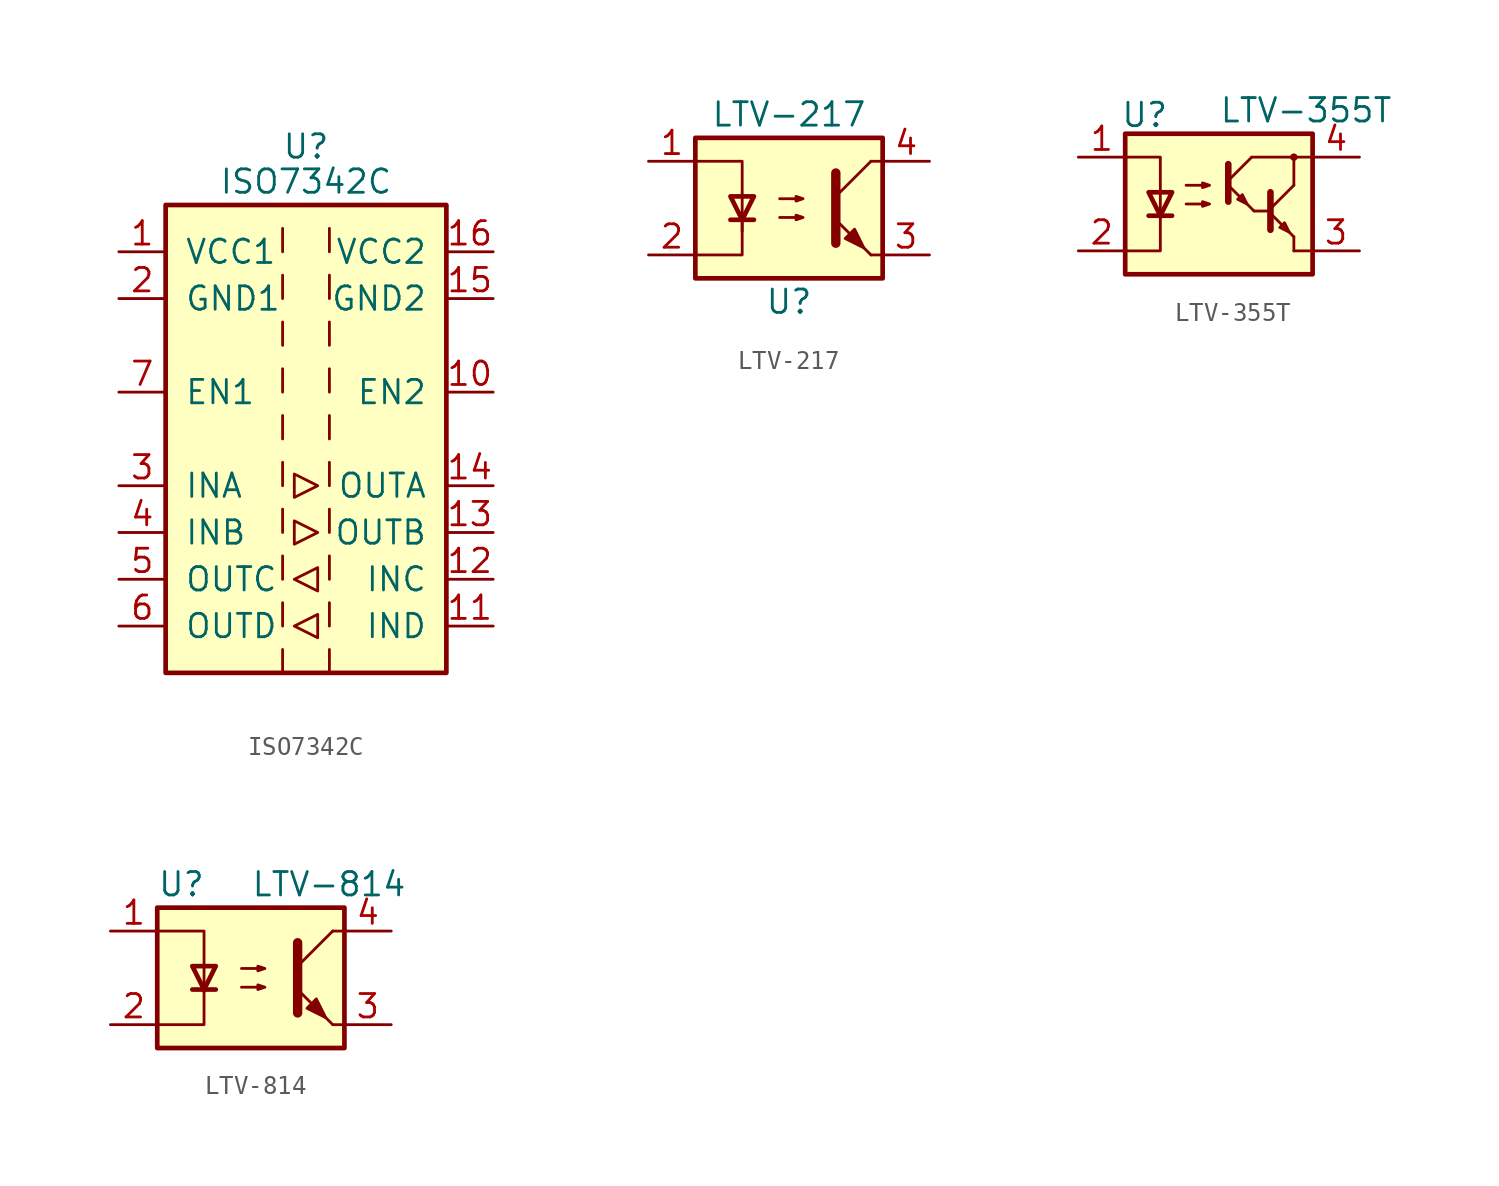
<source format=kicad_sym>
(kicad_symbol_lib
  (version 20201005)
  (generator kicad_symbol_editor)
  (symbol "ISO7342C"
    (pin_names
      (offset 1.016))
    (property "Reference" "U"
      (at 0 15.875 0)
      (effects (font (size 1.27 1.27))))
    (property "Value" "ISO7342C"
      (at 0 13.97 0)
      (effects (font (size 1.27 1.27))))
    (symbol "ISO7342C_0_1"
      (rectangle (start -7.62 12.7) (end 7.62 -12.7) (stroke (width 0.254)) (fill (type background)))
      (polyline (pts (xy -1.27 -11.43) (xy -1.27 -12.7)) (stroke (width 0)) (fill (type none)))
      (polyline (pts (xy -1.27 -8.89) (xy -1.27 -10.16)) (stroke (width 0)) (fill (type none)))
      (polyline (pts (xy -1.27 -6.35) (xy -1.27 -7.62)) (stroke (width 0)) (fill (type none)))
      (polyline (pts (xy -1.27 -3.81) (xy -1.27 -5.08)) (stroke (width 0)) (fill (type none)))
      (polyline (pts (xy -1.27 -1.27) (xy -1.27 -2.54)) (stroke (width 0)) (fill (type none)))
      (polyline (pts (xy -1.27 1.27) (xy -1.27 0)) (stroke (width 0)) (fill (type none)))
      (polyline (pts (xy -1.27 3.81) (xy -1.27 2.54)) (stroke (width 0)) (fill (type none)))
      (polyline (pts (xy -1.27 6.35) (xy -1.27 5.08)) (stroke (width 0)) (fill (type none)))
      (polyline (pts (xy -1.27 8.89) (xy -1.27 7.62)) (stroke (width 0)) (fill (type none)))
      (polyline (pts (xy -1.27 11.43) (xy -1.27 10.16)) (stroke (width 0)) (fill (type none)))
      (polyline (pts (xy 1.27 -11.43) (xy 1.27 -12.7)) (stroke (width 0)) (fill (type none)))
      (polyline (pts (xy 1.27 -8.89) (xy 1.27 -10.16)) (stroke (width 0)) (fill (type none)))
      (polyline (pts (xy 1.27 -6.35) (xy 1.27 -7.62)) (stroke (width 0)) (fill (type none)))
      (polyline (pts (xy 1.27 -3.81) (xy 1.27 -5.08)) (stroke (width 0)) (fill (type none)))
      (polyline (pts (xy 1.27 -1.27) (xy 1.27 -2.54)) (stroke (width 0)) (fill (type none)))
      (polyline (pts (xy 1.27 1.27) (xy 1.27 0)) (stroke (width 0)) (fill (type none)))
      (polyline (pts (xy 1.27 3.81) (xy 1.27 2.54)) (stroke (width 0)) (fill (type none)))
      (polyline (pts (xy 1.27 6.35) (xy 1.27 5.08)) (stroke (width 0)) (fill (type none)))
      (polyline (pts (xy 1.27 8.89) (xy 1.27 7.62)) (stroke (width 0)) (fill (type none)))
      (polyline (pts (xy 1.27 11.43) (xy 1.27 10.16)) (stroke (width 0)) (fill (type none)))
      (polyline (pts (xy -0.635 -10.16) (xy 0.635 -9.525) (xy 0.635 -10.795) (xy -0.635 -10.16)) (stroke (width 0)) (fill (type none)))
      (polyline (pts (xy -0.635 -7.62) (xy 0.635 -6.985) (xy 0.635 -8.255) (xy -0.635 -7.62)) (stroke (width 0)) (fill (type none)))
      (polyline (pts (xy -0.635 -4.445) (xy -0.635 -5.715) (xy 0.635 -5.08) (xy -0.635 -4.445)) (stroke (width 0)) (fill (type none)))
      (polyline (pts (xy -0.635 -1.905) (xy -0.635 -3.175) (xy 0.635 -2.54) (xy -0.635 -1.905)) (stroke (width 0)) (fill (type none))))
    (symbol "ISO7342C_1_1"
      (pin power_in line (at -10.16 10.16 0) (length 2.54) (name "VCC1" (effects (font (size 1.27 1.27)))) (number "1" (effects (font (size 1.27 1.27)))))
      (pin input line (at 10.16 2.54 180) (length 2.54) (name "EN2" (effects (font (size 1.27 1.27)))) (number "10" (effects (font (size 1.27 1.27)))))
      (pin input line (at 10.16 -10.16 180) (length 2.54) (name "IND" (effects (font (size 1.27 1.27)))) (number "11" (effects (font (size 1.27 1.27)))))
      (pin input line (at 10.16 -7.62 180) (length 2.54) (name "INC" (effects (font (size 1.27 1.27)))) (number "12" (effects (font (size 1.27 1.27)))))
      (pin output line (at 10.16 -5.08 180) (length 2.54) (name "OUTB" (effects (font (size 1.27 1.27)))) (number "13" (effects (font (size 1.27 1.27)))))
      (pin output line (at 10.16 -2.54 180) (length 2.54) (name "OUTA" (effects (font (size 1.27 1.27)))) (number "14" (effects (font (size 1.27 1.27)))))
      (pin power_in line (at 10.16 7.62 180) (length 2.54) (name "GND2" (effects (font (size 1.27 1.27)))) (number "15" (effects (font (size 1.27 1.27)))))
      (pin power_in line (at 10.16 10.16 180) (length 2.54) (name "VCC2" (effects (font (size 1.27 1.27)))) (number "16" (effects (font (size 1.27 1.27)))))
      (pin power_in line (at -10.16 7.62 0) (length 2.54) (name "GND1" (effects (font (size 1.27 1.27)))) (number "2" (effects (font (size 1.27 1.27)))))
      (pin input line (at -10.16 -2.54 0) (length 2.54) (name "INA" (effects (font (size 1.27 1.27)))) (number "3" (effects (font (size 1.27 1.27)))))
      (pin input line (at -10.16 -5.08 0) (length 2.54) (name "INB" (effects (font (size 1.27 1.27)))) (number "4" (effects (font (size 1.27 1.27)))))
      (pin output line (at -10.16 -7.62 0) (length 2.54) (name "OUTC" (effects (font (size 1.27 1.27)))) (number "5" (effects (font (size 1.27 1.27)))))
      (pin output line (at -10.16 -10.16 0) (length 2.54) (name "OUTD" (effects (font (size 1.27 1.27)))) (number "6" (effects (font (size 1.27 1.27)))))
      (pin input line (at -10.16 2.54 0) (length 2.54) (name "EN1" (effects (font (size 1.27 1.27)))) (number "7" (effects (font (size 1.27 1.27)))))
      (pin passive line (at -10.16 7.62 0) (length 2.54) hide (name "GND1" (effects (font (size 1.27 1.27)))) (number "8" (effects (font (size 1.27 1.27)))))
      (pin passive line (at 10.16 7.62 180) (length 2.54) hide (name "GND2" (effects (font (size 1.27 1.27)))) (number "9" (effects (font (size 1.27 1.27)))))))
  (symbol "LTV-217"
    (pin_names
      (offset 1.016))
    (property "Reference" "U"
      (at 0 -5.08 0)
      (effects (font (size 1.27 1.27))))
    (property "Value" "LTV-217"
      (at 0 5.08 0)
      (effects (font (size 1.27 1.27))))
    (symbol "LTV-217_1_1"
      (rectangle (start -5.08 3.81) (end 5.08 -3.81) (stroke (width 0.254)) (fill (type background)))
      (polyline (pts (xy -3.175 -0.635) (xy -1.905 -0.635)) (stroke (width 0.254)) (fill (type none)))
      (polyline (pts (xy 2.54 0.635) (xy 4.445 2.54)) (stroke (width 0)) (fill (type none)))
      (polyline (pts (xy 4.445 -2.54) (xy 2.54 -0.635)) (stroke (width 0)) (fill (type outline)))
      (polyline (pts (xy 4.445 -2.54) (xy 5.08 -2.54)) (stroke (width 0)) (fill (type none)))
      (polyline (pts (xy 4.445 2.54) (xy 5.08 2.54)) (stroke (width 0)) (fill (type none)))
      (polyline (pts (xy -2.54 -0.635) (xy -2.54 -2.54) (xy -5.08 -2.54)) (stroke (width 0)) (fill (type none)))
      (polyline (pts (xy 2.54 1.905) (xy 2.54 -1.905) (xy 2.54 -1.905)) (stroke (width 0.508)) (fill (type none)))
      (polyline (pts (xy -5.08 2.54) (xy -2.54 2.54) (xy -2.54 -1.27) (xy -2.54 0.635)) (stroke (width 0)) (fill (type none)))
      (polyline (pts (xy -2.54 -0.635) (xy -3.175 0.635) (xy -1.905 0.635) (xy -2.54 -0.635)) (stroke (width 0.254)) (fill (type none)))
      (polyline (pts (xy -0.508 -0.508) (xy 0.762 -0.508) (xy 0.381 -0.635) (xy 0.381 -0.381) (xy 0.762 -0.508)) (stroke (width 0)) (fill (type none)))
      (polyline (pts (xy -0.508 0.508) (xy 0.762 0.508) (xy 0.381 0.381) (xy 0.381 0.635) (xy 0.762 0.508)) (stroke (width 0)) (fill (type none)))
      (polyline (pts (xy 3.048 -1.651) (xy 3.556 -1.143) (xy 4.064 -2.159) (xy 3.048 -1.651) (xy 3.048 -1.651)) (stroke (width 0)) (fill (type outline)))
      (pin passive line (at -7.62 2.54 0) (length 2.54) (name "~" (effects (font (size 1.27 1.27)))) (number "1" (effects (font (size 1.27 1.27)))))
      (pin passive line (at -7.62 -2.54 0) (length 2.54) (name "~" (effects (font (size 1.27 1.27)))) (number "2" (effects (font (size 1.27 1.27)))))
      (pin passive line (at 7.62 -2.54 180) (length 2.54) (name "~" (effects (font (size 1.27 1.27)))) (number "3" (effects (font (size 1.27 1.27)))))
      (pin passive line (at 7.62 2.54 180) (length 2.54) (name "~" (effects (font (size 1.27 1.27)))) (number "4" (effects (font (size 1.27 1.27)))))))
  (symbol "LTV-355T"
    (pin_names
      (offset 1.016))
    (property "Reference" "U"
      (at -5.334 4.826 0)
      (effects (font (size 1.27 1.27)) (justify left)))
    (property "Value" "LTV-355T"
      (at 0 5.08 0)
      (effects (font (size 1.27 1.27)) (justify left)))
    (symbol "LTV-355T_0_1"
      (circle (center 4.064 2.54) (radius 0.127) (stroke (width 0)) (fill (type none)))
      (rectangle (start -5.08 3.81) (end 5.08 -3.81) (stroke (width 0.254)) (fill (type background)))
      (polyline (pts (xy -3.81 -0.635) (xy -2.54 -0.635)) (stroke (width 0.254)) (fill (type none)))
      (polyline (pts (xy 0.508 1.016) (xy 1.905 -0.381)) (stroke (width 0)) (fill (type none)))
      (polyline (pts (xy 0.508 1.27) (xy 1.778 2.54)) (stroke (width 0)) (fill (type none)))
      (polyline (pts (xy 0.508 2.159) (xy 0.508 0.127)) (stroke (width 0.356)) (fill (type none)))
      (polyline (pts (xy 1.778 2.54) (xy 5.08 2.54)) (stroke (width 0)) (fill (type none)))
      (polyline (pts (xy 2.794 -0.508) (xy 4.064 -1.778)) (stroke (width 0)) (fill (type none)))
      (polyline (pts (xy 2.794 -0.381) (xy 1.905 -0.381)) (stroke (width 0)) (fill (type none)))
      (polyline (pts (xy 2.794 -0.254) (xy 4.064 1.016)) (stroke (width 0)) (fill (type none)))
      (polyline (pts (xy 4.064 -2.54) (xy 5.08 -2.54)) (stroke (width 0)) (fill (type none)))
      (polyline (pts (xy 4.064 -1.778) (xy 4.064 -2.54)) (stroke (width 0)) (fill (type none)))
      (polyline (pts (xy 4.064 1.016) (xy 4.064 2.54)) (stroke (width 0)) (fill (type none)))
      (polyline (pts (xy -5.08 2.54) (xy -3.175 2.54) (xy -3.175 -0.762)) (stroke (width 0)) (fill (type none)))
      (polyline (pts (xy -3.175 -0.635) (xy -3.175 -2.54) (xy -5.08 -2.54)) (stroke (width 0)) (fill (type none)))
      (polyline (pts (xy 2.794 0.635) (xy 2.794 -1.397) (xy 2.794 -1.397)) (stroke (width 0.356)) (fill (type none)))
      (polyline (pts (xy -3.175 -0.635) (xy -3.81 0.635) (xy -2.54 0.635) (xy -3.175 -0.635)) (stroke (width 0.254)) (fill (type none)))
      (polyline (pts (xy 1.524 0) (xy 1.27 0.508) (xy 1.016 0.254) (xy 1.524 0)) (stroke (width 0)) (fill (type none)))
      (polyline (pts (xy 3.81 -1.524) (xy 3.556 -1.016) (xy 3.302 -1.27) (xy 3.81 -1.524)) (stroke (width 0)) (fill (type none)))
      (polyline (pts (xy -1.778 0) (xy -0.508 0) (xy -0.889 -0.127) (xy -0.889 0.127) (xy -0.508 0)) (stroke (width 0)) (fill (type none)))
      (polyline (pts (xy -1.778 1.016) (xy -0.508 1.016) (xy -0.889 0.889) (xy -0.889 1.143) (xy -0.508 1.016)) (stroke (width 0)) (fill (type none))))
    (symbol "LTV-355T_1_1"
      (pin passive line (at -7.62 2.54 0) (length 2.54) (name "~" (effects (font (size 1.27 1.27)))) (number "1" (effects (font (size 1.27 1.27)))))
      (pin passive line (at -7.62 -2.54 0) (length 2.54) (name "~" (effects (font (size 1.27 1.27)))) (number "2" (effects (font (size 1.27 1.27)))))
      (pin passive line (at 7.62 -2.54 180) (length 2.54) (name "~" (effects (font (size 1.27 1.27)))) (number "3" (effects (font (size 1.27 1.27)))))
      (pin passive line (at 7.62 2.54 180) (length 2.54) (name "~" (effects (font (size 1.27 1.27)))) (number "4" (effects (font (size 1.27 1.27)))))))
  (symbol "LTV-814"
    (pin_names
      (offset 1.016))
    (property "Reference" "U"
      (at -5.08 5.08 0)
      (effects (font (size 1.27 1.27)) (justify left)))
    (property "Value" "LTV-814"
      (at 0 5.08 0)
      (effects (font (size 1.27 1.27)) (justify left)))
    (symbol "LTV-814_0_1"
      (rectangle (start -5.08 3.81) (end 5.08 -3.81) (stroke (width 0.254)) (fill (type background)))
      (polyline (pts (xy -3.175 -0.635) (xy -1.905 -0.635)) (stroke (width 0.254)) (fill (type none)))
      (polyline (pts (xy 2.54 0.635) (xy 4.445 2.54)) (stroke (width 0)) (fill (type none)))
      (polyline (pts (xy 4.445 -2.54) (xy 2.54 -0.635)) (stroke (width 0)) (fill (type outline)))
      (polyline (pts (xy 4.445 -2.54) (xy 5.08 -2.54)) (stroke (width 0)) (fill (type none)))
      (polyline (pts (xy 4.445 2.54) (xy 5.08 2.54)) (stroke (width 0)) (fill (type none)))
      (polyline (pts (xy -5.08 2.54) (xy -2.54 2.54) (xy -2.54 -0.762)) (stroke (width 0)) (fill (type none)))
      (polyline (pts (xy -2.54 -0.635) (xy -2.54 -2.54) (xy -5.08 -2.54)) (stroke (width 0)) (fill (type none)))
      (polyline (pts (xy 2.54 1.905) (xy 2.54 -1.905) (xy 2.54 -1.905)) (stroke (width 0.508)) (fill (type none)))
      (polyline (pts (xy -2.54 -0.635) (xy -3.175 0.635) (xy -1.905 0.635) (xy -2.54 -0.635)) (stroke (width 0.254)) (fill (type none)))
      (polyline (pts (xy -0.508 -0.508) (xy 0.762 -0.508) (xy 0.381 -0.635) (xy 0.381 -0.381) (xy 0.762 -0.508)) (stroke (width 0)) (fill (type none)))
      (polyline (pts (xy -0.508 0.508) (xy 0.762 0.508) (xy 0.381 0.381) (xy 0.381 0.635) (xy 0.762 0.508)) (stroke (width 0)) (fill (type none)))
      (polyline (pts (xy 3.048 -1.651) (xy 3.556 -1.143) (xy 4.064 -2.159) (xy 3.048 -1.651) (xy 3.048 -1.651)) (stroke (width 0)) (fill (type outline))))
    (symbol "LTV-814_1_1"
      (pin passive line (at -7.62 2.54 0) (length 2.54) (name "~" (effects (font (size 1.27 1.27)))) (number "1" (effects (font (size 1.27 1.27)))))
      (pin passive line (at -7.62 -2.54 0) (length 2.54) (name "~" (effects (font (size 1.27 1.27)))) (number "2" (effects (font (size 1.27 1.27)))))
      (pin passive line (at 7.62 -2.54 180) (length 2.54) (name "~" (effects (font (size 1.27 1.27)))) (number "3" (effects (font (size 1.27 1.27)))))
      (pin passive line (at 7.62 2.54 180) (length 2.54) (name "~" (effects (font (size 1.27 1.27)))) (number "4" (effects (font (size 1.27 1.27))))))))
</source>
